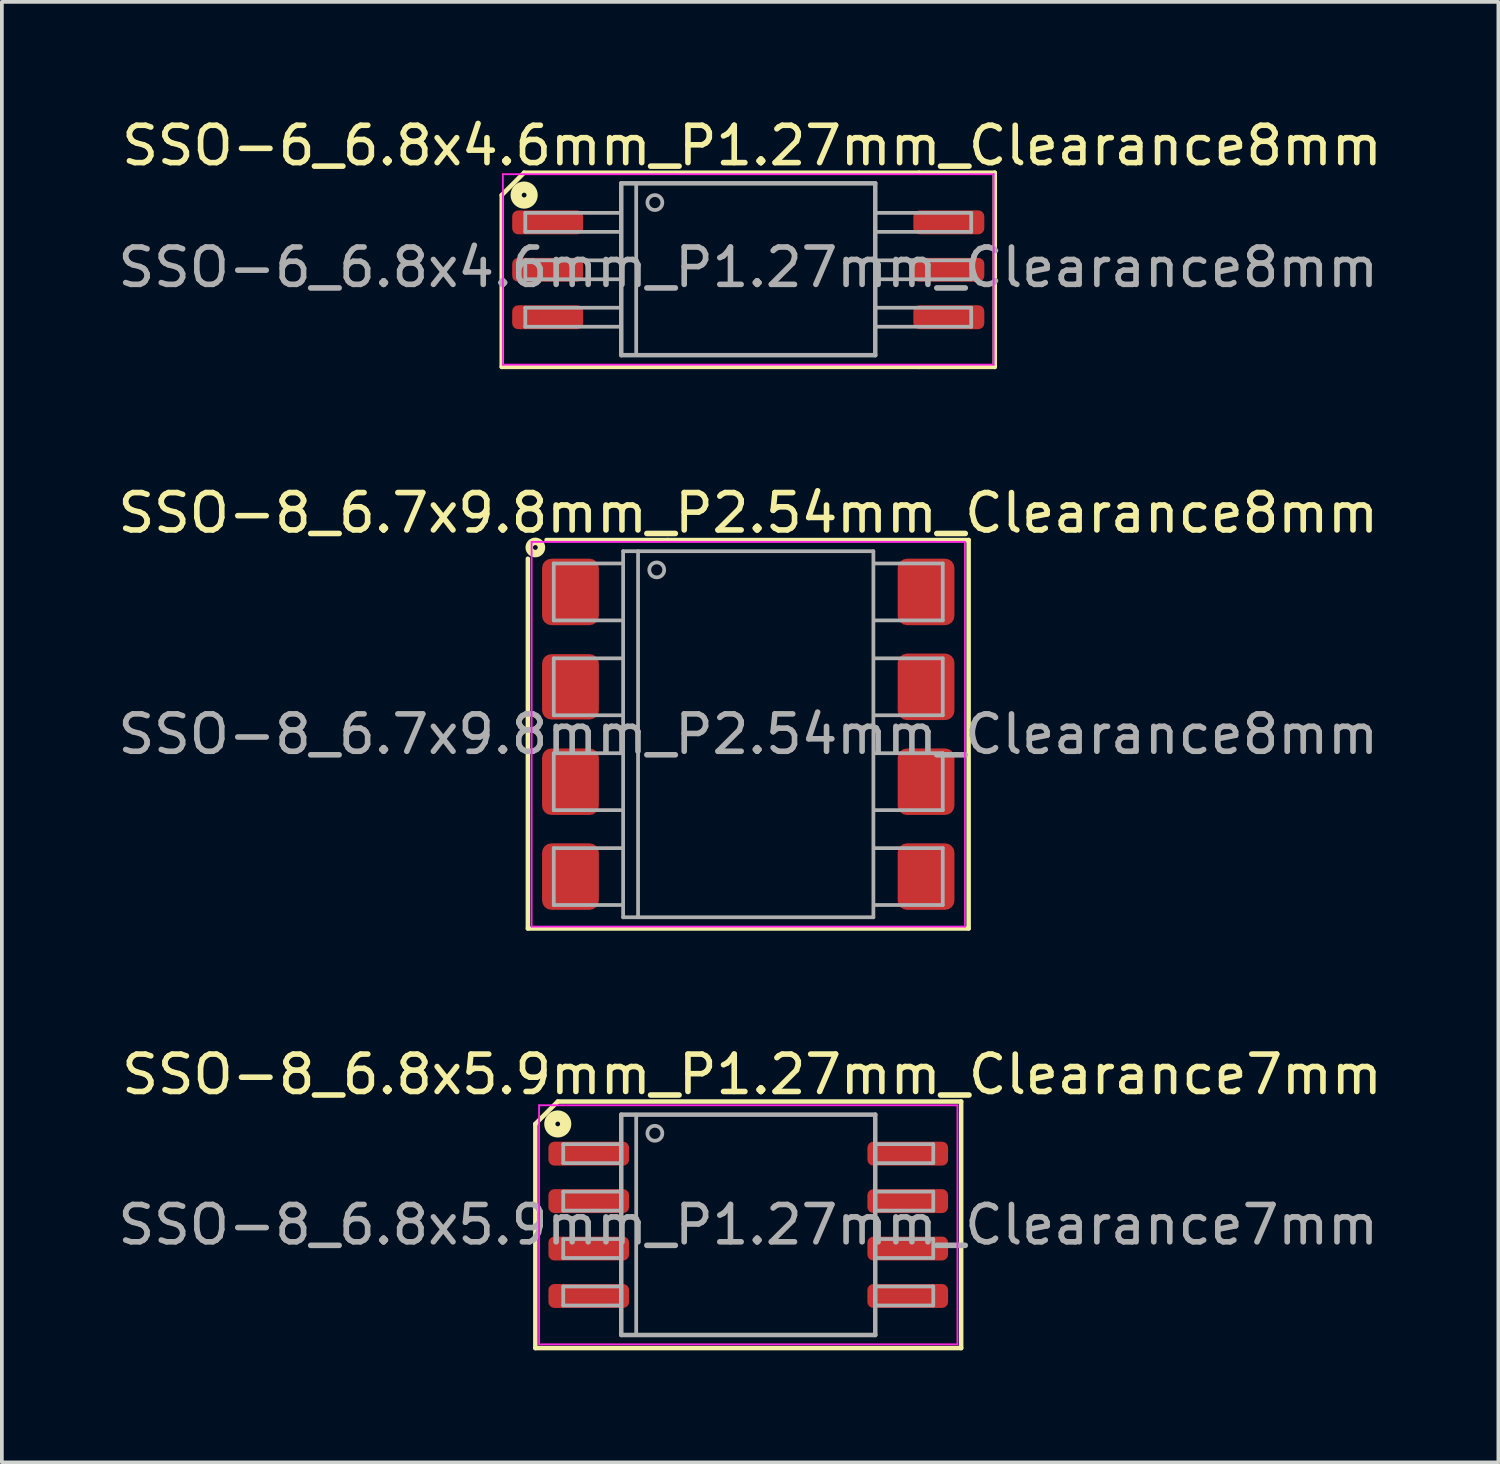
<source format=kicad_pcb>
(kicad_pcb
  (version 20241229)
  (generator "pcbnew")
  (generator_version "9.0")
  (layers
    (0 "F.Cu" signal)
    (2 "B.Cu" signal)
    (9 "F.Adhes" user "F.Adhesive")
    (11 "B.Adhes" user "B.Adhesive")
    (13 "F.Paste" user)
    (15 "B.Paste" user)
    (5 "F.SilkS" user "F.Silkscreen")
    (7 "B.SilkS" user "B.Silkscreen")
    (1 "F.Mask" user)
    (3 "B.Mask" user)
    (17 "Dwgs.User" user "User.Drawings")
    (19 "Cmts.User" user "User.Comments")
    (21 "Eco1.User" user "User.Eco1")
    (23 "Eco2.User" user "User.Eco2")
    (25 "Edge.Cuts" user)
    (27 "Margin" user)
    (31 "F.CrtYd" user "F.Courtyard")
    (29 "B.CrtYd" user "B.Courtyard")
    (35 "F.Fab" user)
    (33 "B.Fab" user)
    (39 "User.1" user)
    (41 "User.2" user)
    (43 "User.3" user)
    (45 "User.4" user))
  (footprint "SSO-6_6.8x4.6mm_P1.27mm_Clearance8mm"
    (layer "F.Cu")
    (at 16.982 4.173)
    (property "Reference" "SSO-6_6.8x4.6mm_P1.27mm_Clearance8mm" (at 0.1 -3.325 0) (layer "F.SilkS") (effects (font (size 1 1) (thickness 0.15))))
    (attr smd)
    (fp_line (start -6.6 -2) (end -6.6 2.6) (stroke (width 0.12) (type solid)) (layer "F.SilkS"))
    (fp_line (start -6.6 -2) (end -6 -2.6) (stroke (width 0.12) (type solid)) (layer "F.SilkS"))
    (fp_line (start -6.6 2.6) (end 4.572 2.6) (stroke (width 0.12) (type solid)) (layer "F.SilkS"))
    (fp_line (start 4.572 -2.6) (end -6 -2.6) (stroke (width 0.12) (type solid)) (layer "F.SilkS"))
    (fp_line (start 4.572 -2.6) (end 6.6 -2.6) (stroke (width 0.12) (type solid)) (layer "F.SilkS"))
    (fp_line (start 6.6 -2.6) (end 6.6 2.6) (stroke (width 0.12) (type solid)) (layer "F.SilkS"))
    (fp_line (start 6.6 2.6) (end 4.572 2.6) (stroke (width 0.12) (type solid)) (layer "F.SilkS"))
    (fp_circle (center -6 -2) (end -5.936 -2) (stroke (width 0.3) (type solid)) (fill no) (layer "F.SilkS"))
    (fp_line (start -6.57 -2.56) (end -6.57 2.54) (stroke (width 0.05) (type solid)) (layer "F.CrtYd"))
    (fp_line (start -6.57 -2.56) (end 6.57 -2.56) (stroke (width 0.05) (type solid)) (layer "F.CrtYd"))
    (fp_line (start 6.57 2.54) (end -6.57 2.54) (stroke (width 0.05) (type solid)) (layer "F.CrtYd"))
    (fp_line (start 6.57 2.54) (end 6.57 -2.56) (stroke (width 0.05) (type solid)) (layer "F.CrtYd"))
    (fp_line (start -5.969 -1.524) (end -5.969 -1.016) (stroke (width 0.1) (type solid)) (layer "F.Fab"))
    (fp_line (start -5.969 -1.524) (end -3.429 -1.524) (stroke (width 0.1) (type solid)) (layer "F.Fab"))
    (fp_line (start -5.969 -1.016) (end -3.429 -1.016) (stroke (width 0.1) (type solid)) (layer "F.Fab"))
    (fp_line (start -5.969 -0.254) (end -5.969 0.254) (stroke (width 0.1) (type solid)) (layer "F.Fab"))
    (fp_line (start -5.969 -0.254) (end -3.429 -0.254) (stroke (width 0.1) (type solid)) (layer "F.Fab"))
    (fp_line (start -5.969 0.254) (end -3.429 0.254) (stroke (width 0.1) (type solid)) (layer "F.Fab"))
    (fp_line (start -5.969 1.016) (end -5.969 1.524) (stroke (width 0.1) (type solid)) (layer "F.Fab"))
    (fp_line (start -5.969 1.016) (end -3.429 1.016) (stroke (width 0.1) (type solid)) (layer "F.Fab"))
    (fp_line (start -5.969 1.524) (end -3.429 1.524) (stroke (width 0.1) (type solid)) (layer "F.Fab"))
    (fp_line (start -3.4 2.285) (end -3.4 -2.315) (stroke (width 0.12) (type solid)) (layer "F.Fab"))
    (fp_line (start -3 -2.3) (end -3 2.25) (stroke (width 0.1) (type solid)) (layer "F.Fab"))
    (fp_line (start 3.4 -2.315) (end -3.4 -2.315) (stroke (width 0.12) (type solid)) (layer "F.Fab"))
    (fp_line (start 3.4 -2.315) (end 3.4 2.285) (stroke (width 0.12) (type solid)) (layer "F.Fab"))
    (fp_line (start 3.4 2.285) (end -3.4 2.285) (stroke (width 0.12) (type solid)) (layer "F.Fab"))
    (fp_line (start 5.969 -1.524) (end 3.429 -1.524) (stroke (width 0.1) (type solid)) (layer "F.Fab"))
    (fp_line (start 5.969 -1.016) (end 3.429 -1.016) (stroke (width 0.1) (type solid)) (layer "F.Fab"))
    (fp_line (start 5.969 -1.016) (end 5.969 -1.524) (stroke (width 0.1) (type solid)) (layer "F.Fab"))
    (fp_line (start 5.969 -0.254) (end 3.429 -0.254) (stroke (width 0.1) (type solid)) (layer "F.Fab"))
    (fp_line (start 5.969 0.254) (end 3.429 0.254) (stroke (width 0.1) (type solid)) (layer "F.Fab"))
    (fp_line (start 5.969 0.254) (end 5.969 -0.254) (stroke (width 0.1) (type solid)) (layer "F.Fab"))
    (fp_line (start 5.969 1.016) (end 3.429 1.016) (stroke (width 0.1) (type solid)) (layer "F.Fab"))
    (fp_line (start 5.969 1.524) (end 3.429 1.524) (stroke (width 0.1) (type solid)) (layer "F.Fab"))
    (fp_line (start 5.969 1.524) (end 5.969 1.016) (stroke (width 0.1) (type solid)) (layer "F.Fab"))
    (fp_circle (center -2.5 -1.8) (end -2.3 -1.8) (stroke (width 0.1) (type solid)) (fill no) (layer "F.Fab"))
    (fp_text user "${REFERENCE}" (at 0 -0.065 0) (layer "F.Fab") (effects (font (size 1 1) (thickness 0.15))))
    (pad "1" smd roundrect (at -5.37 -1.27) (size 1.9 0.64) (layers "F.Cu" "F.Mask" "F.Paste") (roundrect_rratio 0.25))
    (pad "2" smd roundrect (at -5.37 0) (size 1.9 0.64) (layers "F.Cu" "F.Mask" "F.Paste") (roundrect_rratio 0.25))
    (pad "3" smd roundrect (at -5.37 1.27) (size 1.9 0.64) (layers "F.Cu" "F.Mask" "F.Paste") (roundrect_rratio 0.25))
    (pad "4" smd roundrect (at 5.37 1.27) (size 1.9 0.64) (layers "F.Cu" "F.Mask" "F.Paste") (roundrect_rratio 0.25))
    (pad "5" smd roundrect (at 5.37 0) (size 1.9 0.64) (layers "F.Cu" "F.Mask" "F.Paste") (roundrect_rratio 0.25))
    (pad "6" smd roundrect (at 5.37 -1.27) (size 1.9 0.64) (layers "F.Cu" "F.Mask" "F.Paste") (roundrect_rratio 0.25)))
  (footprint "SSO-8_6.8x5.9mm_P1.27mm_Clearance7mm"
    (layer "F.Cu")
    (at 16.982 29.74)
    (property "Reference" "SSO-8_6.8x5.9mm_P1.27mm_Clearance7mm" (at 0.1 -4.025 0) (layer "F.SilkS") (effects (font (size 1 1) (thickness 0.15))))
    (attr smd)
    (fp_line (start -5.7 -2.7) (end -5.7 3.3) (stroke (width 0.12) (type solid)) (layer "F.SilkS"))
    (fp_line (start -5.7 -2.7) (end -5.1 -3.3) (stroke (width 0.12) (type solid)) (layer "F.SilkS"))
    (fp_line (start -5.7 3.3) (end 5.7 3.3) (stroke (width 0.12) (type solid)) (layer "F.SilkS"))
    (fp_line (start 5.7 -3.3) (end -5.1 -3.3) (stroke (width 0.12) (type solid)) (layer "F.SilkS"))
    (fp_line (start 5.7 3.3) (end 5.7 -3.3) (stroke (width 0.12) (type solid)) (layer "F.SilkS"))
    (fp_circle (center -5.1 -2.7) (end -5.037 -2.7) (stroke (width 0.3) (type solid)) (fill no) (layer "F.SilkS"))
    (fp_line (start -5.6 -3.2) (end -5.6 3.2) (stroke (width 0.05) (type solid)) (layer "F.CrtYd"))
    (fp_line (start -5.6 -3.2) (end 5.6 -3.2) (stroke (width 0.05) (type solid)) (layer "F.CrtYd"))
    (fp_line (start 5.6 3.2) (end -5.6 3.2) (stroke (width 0.05) (type solid)) (layer "F.CrtYd"))
    (fp_line (start 5.6 3.2) (end 5.6 -3.2) (stroke (width 0.05) (type solid)) (layer "F.CrtYd"))
    (fp_line (start -4.953 -2.159) (end -4.953 -1.651) (stroke (width 0.1) (type solid)) (layer "F.Fab"))
    (fp_line (start -4.953 -2.159) (end -3.429 -2.159) (stroke (width 0.1) (type solid)) (layer "F.Fab"))
    (fp_line (start -4.953 -1.651) (end -3.429 -1.651) (stroke (width 0.1) (type solid)) (layer "F.Fab"))
    (fp_line (start -4.953 -0.889) (end -4.953 -0.381) (stroke (width 0.1) (type solid)) (layer "F.Fab"))
    (fp_line (start -4.953 -0.889) (end -3.429 -0.889) (stroke (width 0.1) (type solid)) (layer "F.Fab"))
    (fp_line (start -4.953 -0.381) (end -3.429 -0.381) (stroke (width 0.1) (type solid)) (layer "F.Fab"))
    (fp_line (start -4.953 0.381) (end -4.953 0.889) (stroke (width 0.1) (type solid)) (layer "F.Fab"))
    (fp_line (start -4.953 0.381) (end -3.429 0.381) (stroke (width 0.1) (type solid)) (layer "F.Fab"))
    (fp_line (start -4.953 0.889) (end -3.429 0.889) (stroke (width 0.1) (type solid)) (layer "F.Fab"))
    (fp_line (start -4.953 1.651) (end -4.953 2.159) (stroke (width 0.1) (type solid)) (layer "F.Fab"))
    (fp_line (start -4.953 1.651) (end -3.429 1.651) (stroke (width 0.1) (type solid)) (layer "F.Fab"))
    (fp_line (start -4.953 2.159) (end -3.429 2.159) (stroke (width 0.1) (type solid)) (layer "F.Fab"))
    (fp_line (start -3.4 -2.95) (end -3.4 2.95) (stroke (width 0.12) (type solid)) (layer "F.Fab"))
    (fp_line (start -3.4 2.95) (end 3.4 2.95) (stroke (width 0.12) (type solid)) (layer "F.Fab"))
    (fp_line (start -3 -2.95) (end -3 2.95) (stroke (width 0.1) (type solid)) (layer "F.Fab"))
    (fp_line (start 3.4 -2.95) (end -3.4 -2.95) (stroke (width 0.12) (type solid)) (layer "F.Fab"))
    (fp_line (start 3.4 2.95) (end 3.4 -2.95) (stroke (width 0.12) (type solid)) (layer "F.Fab"))
    (fp_line (start 4.953 -2.159) (end 3.429 -2.159) (stroke (width 0.1) (type solid)) (layer "F.Fab"))
    (fp_line (start 4.953 -1.651) (end 3.429 -1.651) (stroke (width 0.1) (type solid)) (layer "F.Fab"))
    (fp_line (start 4.953 -1.651) (end 4.953 -2.159) (stroke (width 0.1) (type solid)) (layer "F.Fab"))
    (fp_line (start 4.953 -0.889) (end 3.429 -0.889) (stroke (width 0.1) (type solid)) (layer "F.Fab"))
    (fp_line (start 4.953 -0.381) (end 3.429 -0.381) (stroke (width 0.1) (type solid)) (layer "F.Fab"))
    (fp_line (start 4.953 -0.381) (end 4.953 -0.889) (stroke (width 0.1) (type solid)) (layer "F.Fab"))
    (fp_line (start 4.953 0.381) (end 3.429 0.381) (stroke (width 0.1) (type solid)) (layer "F.Fab"))
    (fp_line (start 4.953 0.889) (end 3.429 0.889) (stroke (width 0.1) (type solid)) (layer "F.Fab"))
    (fp_line (start 4.953 0.889) (end 4.953 0.381) (stroke (width 0.1) (type solid)) (layer "F.Fab"))
    (fp_line (start 4.953 1.651) (end 3.429 1.651) (stroke (width 0.1) (type solid)) (layer "F.Fab"))
    (fp_line (start 4.953 2.159) (end 3.429 2.159) (stroke (width 0.1) (type solid)) (layer "F.Fab"))
    (fp_line (start 4.953 2.159) (end 4.953 1.651) (stroke (width 0.1) (type solid)) (layer "F.Fab"))
    (fp_circle (center -2.5 -2.45) (end -2.3 -2.45) (stroke (width 0.1) (type solid)) (fill no) (layer "F.Fab"))
    (fp_text user "${REFERENCE}" (at 0 0 0) (layer "F.Fab") (effects (font (size 1 1) (thickness 0.15))))
    (pad "1" smd roundrect (at -4.27 -1.905) (size 2.16 0.64) (layers "F.Cu" "F.Mask" "F.Paste") (roundrect_rratio 0.25))
    (pad "2" smd roundrect (at -4.27 -0.635) (size 2.16 0.64) (layers "F.Cu" "F.Mask" "F.Paste") (roundrect_rratio 0.25))
    (pad "3" smd roundrect (at -4.27 0.635) (size 2.16 0.64) (layers "F.Cu" "F.Mask" "F.Paste") (roundrect_rratio 0.25))
    (pad "4" smd roundrect (at -4.27 1.905) (size 2.16 0.64) (layers "F.Cu" "F.Mask" "F.Paste") (roundrect_rratio 0.25))
    (pad "5" smd roundrect (at 4.27 1.905) (size 2.16 0.64) (layers "F.Cu" "F.Mask" "F.Paste") (roundrect_rratio 0.25))
    (pad "6" smd roundrect (at 4.27 0.635) (size 2.16 0.64) (layers "F.Cu" "F.Mask" "F.Paste") (roundrect_rratio 0.25))
    (pad "7" smd roundrect (at 4.27 -0.635) (size 2.16 0.64) (layers "F.Cu" "F.Mask" "F.Paste") (roundrect_rratio 0.25))
    (pad "8" smd roundrect (at 4.27 -1.905) (size 2.16 0.64) (layers "F.Cu" "F.Mask" "F.Paste") (roundrect_rratio 0.25)))
  (footprint "SSO-8_6.7x9.8mm_P2.54mm_Clearance8mm"
    (layer "F.Cu")
    (at 16.982 16.607)
    (property "Reference" "SSO-8_6.7x9.8mm_P2.54mm_Clearance8mm" (at 0 -5.925 0) (layer "F.SilkS") (effects (font (size 1 1) (thickness 0.15))))
    (attr smd)
    (fp_line (start -5.9 -4.7) (end -5.9 5.2) (stroke (width 0.12) (type solid)) (layer "F.SilkS"))
    (fp_line (start -5.9 5.2) (end 5.9 5.2) (stroke (width 0.12) (type solid)) (layer "F.SilkS"))
    (fp_line (start -2.159 -5.2) (end -5.4 -5.2) (stroke (width 0.12) (type solid)) (layer "F.SilkS"))
    (fp_line (start 5.9 -5.2) (end -2.159 -5.2) (stroke (width 0.12) (type solid)) (layer "F.SilkS"))
    (fp_line (start 5.9 5.2) (end 5.9 -5.2) (stroke (width 0.12) (type solid)) (layer "F.SilkS"))
    (fp_circle (center -5.7 -5) (end -5.636 -5) (stroke (width 0.2) (type solid)) (fill no) (layer "F.SilkS"))
    (fp_line (start -5.8 -5.15) (end -5.8 5.15) (stroke (width 0.05) (type solid)) (layer "F.CrtYd"))
    (fp_line (start -5.8 -5.15) (end 5.8 -5.15) (stroke (width 0.05) (type solid)) (layer "F.CrtYd"))
    (fp_line (start 5.8 5.15) (end -5.8 5.15) (stroke (width 0.05) (type solid)) (layer "F.CrtYd"))
    (fp_line (start 5.8 5.15) (end 5.8 -5.15) (stroke (width 0.05) (type solid)) (layer "F.CrtYd"))
    (fp_line (start -5.207 -4.572) (end -5.207 -3.048) (stroke (width 0.1) (type solid)) (layer "F.Fab"))
    (fp_line (start -5.207 -4.572) (end -3.365 -4.572) (stroke (width 0.1) (type solid)) (layer "F.Fab"))
    (fp_line (start -5.207 -3.048) (end -3.365 -3.048) (stroke (width 0.1) (type solid)) (layer "F.Fab"))
    (fp_line (start -5.207 -2.032) (end -5.207 -0.508) (stroke (width 0.1) (type solid)) (layer "F.Fab"))
    (fp_line (start -5.207 -2.032) (end -3.365 -2.032) (stroke (width 0.1) (type solid)) (layer "F.Fab"))
    (fp_line (start -5.207 -0.508) (end -3.365 -0.508) (stroke (width 0.1) (type solid)) (layer "F.Fab"))
    (fp_line (start -5.207 0.508) (end -5.207 2.032) (stroke (width 0.1) (type solid)) (layer "F.Fab"))
    (fp_line (start -5.207 0.508) (end -3.365 0.508) (stroke (width 0.1) (type solid)) (layer "F.Fab"))
    (fp_line (start -5.207 2.032) (end -3.365 2.032) (stroke (width 0.1) (type solid)) (layer "F.Fab"))
    (fp_line (start -5.207 3.048) (end -5.207 4.572) (stroke (width 0.1) (type solid)) (layer "F.Fab"))
    (fp_line (start -5.207 3.048) (end -3.365 3.048) (stroke (width 0.1) (type solid)) (layer "F.Fab"))
    (fp_line (start -5.207 4.572) (end -3.365 4.572) (stroke (width 0.1) (type solid)) (layer "F.Fab"))
    (fp_line (start -3.35 -4.9) (end -3.35 4.9) (stroke (width 0.1) (type solid)) (layer "F.Fab"))
    (fp_line (start -3.35 4.9) (end 3.35 4.9) (stroke (width 0.1) (type solid)) (layer "F.Fab"))
    (fp_line (start -2.95 -4.9) (end -2.95 4.9) (stroke (width 0.1) (type solid)) (layer "F.Fab"))
    (fp_line (start 3.35 -4.9) (end -3.35 -4.9) (stroke (width 0.1) (type solid)) (layer "F.Fab"))
    (fp_line (start 3.35 4.9) (end 3.35 -4.9) (stroke (width 0.1) (type solid)) (layer "F.Fab"))
    (fp_line (start 5.207 -4.572) (end 3.365 -4.572) (stroke (width 0.1) (type solid)) (layer "F.Fab"))
    (fp_line (start 5.207 -3.048) (end 3.365 -3.048) (stroke (width 0.1) (type solid)) (layer "F.Fab"))
    (fp_line (start 5.207 -3.048) (end 5.207 -4.572) (stroke (width 0.1) (type solid)) (layer "F.Fab"))
    (fp_line (start 5.207 -2.032) (end 3.365 -2.032) (stroke (width 0.1) (type solid)) (layer "F.Fab"))
    (fp_line (start 5.207 -0.508) (end 3.365 -0.508) (stroke (width 0.1) (type solid)) (layer "F.Fab"))
    (fp_line (start 5.207 -0.508) (end 5.207 -2.032) (stroke (width 0.1) (type solid)) (layer "F.Fab"))
    (fp_line (start 5.207 0.508) (end 3.365 0.508) (stroke (width 0.1) (type solid)) (layer "F.Fab"))
    (fp_line (start 5.207 2.032) (end 3.365 2.032) (stroke (width 0.1) (type solid)) (layer "F.Fab"))
    (fp_line (start 5.207 2.032) (end 5.207 0.508) (stroke (width 0.1) (type solid)) (layer "F.Fab"))
    (fp_line (start 5.207 3.048) (end 3.365 3.048) (stroke (width 0.1) (type solid)) (layer "F.Fab"))
    (fp_line (start 5.207 4.572) (end 3.365 4.572) (stroke (width 0.1) (type solid)) (layer "F.Fab"))
    (fp_line (start 5.207 4.572) (end 5.207 3.048) (stroke (width 0.1) (type solid)) (layer "F.Fab"))
    (fp_circle (center -2.45 -4.4) (end -2.25 -4.4) (stroke (width 0.1) (type solid)) (fill no) (layer "F.Fab"))
    (fp_text user "${REFERENCE}" (at 0 0 0) (layer "F.Fab") (effects (font (size 1 1) (thickness 0.15))))
    (pad "1" smd roundrect (at -4.76 -3.81) (size 1.52 1.78) (layers "F.Cu" "F.Mask" "F.Paste") (roundrect_rratio 0.164))
    (pad "2" smd roundrect (at -4.76 -1.27) (size 1.52 1.75) (layers "F.Cu" "F.Mask" "F.Paste") (roundrect_rratio 0.164))
    (pad "3" smd roundrect (at -4.76 1.27) (size 1.52 1.78) (layers "F.Cu" "F.Mask" "F.Paste") (roundrect_rratio 0.164))
    (pad "4" smd roundrect (at -4.76 3.81) (size 1.52 1.78) (layers "F.Cu" "F.Mask" "F.Paste") (roundrect_rratio 0.164))
    (pad "5" smd roundrect (at 4.76 3.81) (size 1.52 1.78) (layers "F.Cu" "F.Mask" "F.Paste") (roundrect_rratio 0.164))
    (pad "6" smd roundrect (at 4.76 1.27) (size 1.52 1.78) (layers "F.Cu" "F.Mask" "F.Paste") (roundrect_rratio 0.164))
    (pad "7" smd roundrect (at 4.76 -1.27) (size 1.52 1.78) (layers "F.Cu" "F.Mask" "F.Paste") (roundrect_rratio 0.164))
    (pad "8" smd roundrect (at 4.76 -3.81) (size 1.52 1.78) (layers "F.Cu" "F.Mask" "F.Paste") (roundrect_rratio 0.164)))
  (gr_rect
    (start -3 -3)
    (end 37.064 36.1)
    (stroke (width 0.1) (type default))
    (fill no)
    (layer "Edge.Cuts")))
</source>
